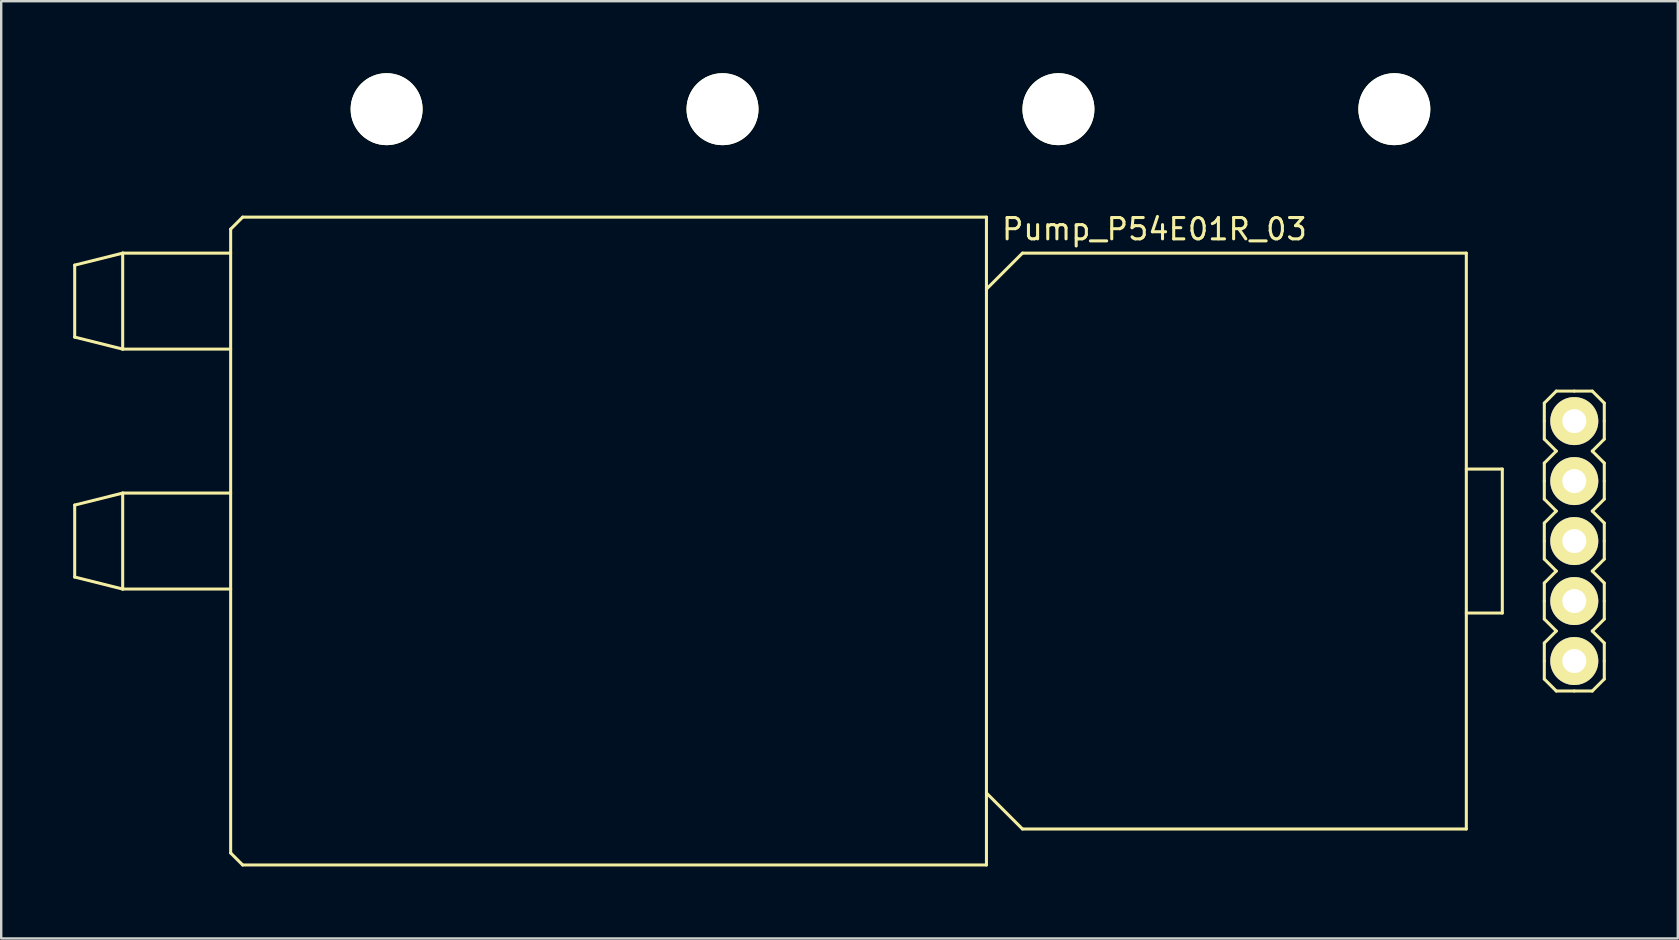
<source format=kicad_pcb>
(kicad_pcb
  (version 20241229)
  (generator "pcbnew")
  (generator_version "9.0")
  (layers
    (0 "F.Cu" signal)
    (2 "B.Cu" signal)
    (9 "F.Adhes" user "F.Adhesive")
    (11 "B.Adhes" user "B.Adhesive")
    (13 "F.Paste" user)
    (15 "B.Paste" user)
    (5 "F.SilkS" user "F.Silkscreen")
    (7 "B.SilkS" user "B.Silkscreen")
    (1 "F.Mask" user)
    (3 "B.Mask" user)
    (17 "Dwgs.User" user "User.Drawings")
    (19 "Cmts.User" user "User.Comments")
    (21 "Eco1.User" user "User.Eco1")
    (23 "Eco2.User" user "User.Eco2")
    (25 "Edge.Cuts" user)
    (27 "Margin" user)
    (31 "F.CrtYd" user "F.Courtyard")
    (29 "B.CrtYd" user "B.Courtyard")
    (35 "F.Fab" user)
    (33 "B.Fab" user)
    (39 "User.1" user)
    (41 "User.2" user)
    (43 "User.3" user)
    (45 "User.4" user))
  (footprint "Pump_P54E01R_03"
    (layer "F.Cu")
    (at 38.063 19.5)
    (property "Reference" "Pump_P54E01R_03" (at 7 -13 0) (layer "F.SilkS") (effects (font (size 0.889 0.889) (thickness 0.127))))
    (attr through_hole)
    (fp_line (start -38 -11.5) (end -38 -8.5) (stroke (width 0.127) (type solid)) (layer "F.SilkS"))
    (fp_line (start -38 -8.5) (end -36 -8) (stroke (width 0.127) (type solid)) (layer "F.SilkS"))
    (fp_line (start -38 -1.5) (end -38 1.5) (stroke (width 0.127) (type solid)) (layer "F.SilkS"))
    (fp_line (start -38 1.5) (end -36 2) (stroke (width 0.127) (type solid)) (layer "F.SilkS"))
    (fp_line (start -36 -12) (end -38 -11.5) (stroke (width 0.127) (type solid)) (layer "F.SilkS"))
    (fp_line (start -36 -12) (end -36 -8) (stroke (width 0.127) (type solid)) (layer "F.SilkS"))
    (fp_line (start -36 -8) (end -31.5 -8) (stroke (width 0.127) (type solid)) (layer "F.SilkS"))
    (fp_line (start -36 -2) (end -38 -1.5) (stroke (width 0.127) (type solid)) (layer "F.SilkS"))
    (fp_line (start -36 -2) (end -36 2) (stroke (width 0.127) (type solid)) (layer "F.SilkS"))
    (fp_line (start -36 2) (end -31.5 2) (stroke (width 0.127) (type solid)) (layer "F.SilkS"))
    (fp_line (start -31.5 -12) (end -36 -12) (stroke (width 0.127) (type solid)) (layer "F.SilkS"))
    (fp_line (start -31.5 -2) (end -36 -2) (stroke (width 0.127) (type solid)) (layer "F.SilkS"))
    (fp_line (start -31.5 13) (end -31.5 -13) (stroke (width 0.127) (type solid)) (layer "F.SilkS"))
    (fp_line (start -31 -13.5) (end -31.5 -13) (stroke (width 0.127) (type solid)) (layer "F.SilkS"))
    (fp_line (start -31 -13.5) (end 0 -13.5) (stroke (width 0.127) (type solid)) (layer "F.SilkS"))
    (fp_line (start -31 13.5) (end -31.5 13) (stroke (width 0.127) (type solid)) (layer "F.SilkS"))
    (fp_line (start -31 13.5) (end 0 13.5) (stroke (width 0.127) (type solid)) (layer "F.SilkS"))
    (fp_line (start 0 -13.5) (end 0 13.5) (stroke (width 0.127) (type solid)) (layer "F.SilkS"))
    (fp_line (start 1.5 -12) (end 0 -10.5) (stroke (width 0.127) (type solid)) (layer "F.SilkS"))
    (fp_line (start 1.5 12) (end 0 10.5) (stroke (width 0.127) (type solid)) (layer "F.SilkS"))
    (fp_line (start 20 -12) (end 1.5 -12) (stroke (width 0.127) (type solid)) (layer "F.SilkS"))
    (fp_line (start 20 -12) (end 20 12) (stroke (width 0.127) (type solid)) (layer "F.SilkS"))
    (fp_line (start 20 -3) (end 21.5 -3) (stroke (width 0.127) (type solid)) (layer "F.SilkS"))
    (fp_line (start 20 12) (end 1.5 12) (stroke (width 0.127) (type solid)) (layer "F.SilkS"))
    (fp_line (start 21.5 -3) (end 21.5 3) (stroke (width 0.127) (type solid)) (layer "F.SilkS"))
    (fp_line (start 21.5 3) (end 20 3) (stroke (width 0.127) (type solid)) (layer "F.SilkS"))
    (fp_line (start 23.25 -5.75) (end 23.25 -5) (stroke (width 0.127) (type solid)) (layer "F.SilkS"))
    (fp_line (start 23.25 -5) (end 23.25 -4.25) (stroke (width 0.127) (type solid)) (layer "F.SilkS"))
    (fp_line (start 23.25 -4.25) (end 23.75 -3.75) (stroke (width 0.127) (type solid)) (layer "F.SilkS"))
    (fp_line (start 23.25 -3.25) (end 23.25 -2.5) (stroke (width 0.127) (type solid)) (layer "F.SilkS"))
    (fp_line (start 23.25 -2.5) (end 23.25 -1.75) (stroke (width 0.127) (type solid)) (layer "F.SilkS"))
    (fp_line (start 23.25 -1.75) (end 23.75 -1.25) (stroke (width 0.127) (type solid)) (layer "F.SilkS"))
    (fp_line (start 23.25 -0.75) (end 23.25 0) (stroke (width 0.127) (type solid)) (layer "F.SilkS"))
    (fp_line (start 23.25 0) (end 23.25 0.75) (stroke (width 0.127) (type solid)) (layer "F.SilkS"))
    (fp_line (start 23.25 0.75) (end 23.75 1.25) (stroke (width 0.127) (type solid)) (layer "F.SilkS"))
    (fp_line (start 23.25 1.75) (end 23.25 2.5) (stroke (width 0.127) (type solid)) (layer "F.SilkS"))
    (fp_line (start 23.25 2.5) (end 23.25 3.25) (stroke (width 0.127) (type solid)) (layer "F.SilkS"))
    (fp_line (start 23.25 3.25) (end 23.75 3.75) (stroke (width 0.127) (type solid)) (layer "F.SilkS"))
    (fp_line (start 23.25 4.25) (end 23.25 5) (stroke (width 0.127) (type solid)) (layer "F.SilkS"))
    (fp_line (start 23.25 5) (end 23.25 5.75) (stroke (width 0.127) (type solid)) (layer "F.SilkS"))
    (fp_line (start 23.25 5.75) (end 23.75 6.25) (stroke (width 0.127) (type solid)) (layer "F.SilkS"))
    (fp_line (start 23.75 -6.25) (end 23.25 -5.75) (stroke (width 0.127) (type solid)) (layer "F.SilkS"))
    (fp_line (start 23.75 -3.75) (end 23.25 -3.25) (stroke (width 0.127) (type solid)) (layer "F.SilkS"))
    (fp_line (start 23.75 -1.25) (end 23.25 -0.75) (stroke (width 0.127) (type solid)) (layer "F.SilkS"))
    (fp_line (start 23.75 1.25) (end 23.25 1.75) (stroke (width 0.127) (type solid)) (layer "F.SilkS"))
    (fp_line (start 23.75 3.75) (end 23.25 4.25) (stroke (width 0.127) (type solid)) (layer "F.SilkS"))
    (fp_line (start 23.75 6.25) (end 24.5 6.25) (stroke (width 0.127) (type solid)) (layer "F.SilkS"))
    (fp_line (start 24.5 -6.25) (end 23.75 -6.25) (stroke (width 0.127) (type solid)) (layer "F.SilkS"))
    (fp_line (start 24.5 6.25) (end 25.25 6.25) (stroke (width 0.127) (type solid)) (layer "F.SilkS"))
    (fp_line (start 25.25 -6.25) (end 24.5 -6.25) (stroke (width 0.127) (type solid)) (layer "F.SilkS"))
    (fp_line (start 25.25 -3.75) (end 25.75 -4.25) (stroke (width 0.127) (type solid)) (layer "F.SilkS"))
    (fp_line (start 25.25 -1.25) (end 25.75 -1.75) (stroke (width 0.127) (type solid)) (layer "F.SilkS"))
    (fp_line (start 25.25 1.25) (end 25.75 0.75) (stroke (width 0.127) (type solid)) (layer "F.SilkS"))
    (fp_line (start 25.25 3.75) (end 25.75 3.25) (stroke (width 0.127) (type solid)) (layer "F.SilkS"))
    (fp_line (start 25.25 6.25) (end 25.75 5.75) (stroke (width 0.127) (type solid)) (layer "F.SilkS"))
    (fp_line (start 25.75 -5.75) (end 25.25 -6.25) (stroke (width 0.127) (type solid)) (layer "F.SilkS"))
    (fp_line (start 25.75 -5) (end 25.75 -5.75) (stroke (width 0.127) (type solid)) (layer "F.SilkS"))
    (fp_line (start 25.75 -4.25) (end 25.75 -5) (stroke (width 0.127) (type solid)) (layer "F.SilkS"))
    (fp_line (start 25.75 -3.25) (end 25.25 -3.75) (stroke (width 0.127) (type solid)) (layer "F.SilkS"))
    (fp_line (start 25.75 -2.5) (end 25.75 -3.25) (stroke (width 0.127) (type solid)) (layer "F.SilkS"))
    (fp_line (start 25.75 -1.75) (end 25.75 -2.5) (stroke (width 0.127) (type solid)) (layer "F.SilkS"))
    (fp_line (start 25.75 -0.75) (end 25.25 -1.25) (stroke (width 0.127) (type solid)) (layer "F.SilkS"))
    (fp_line (start 25.75 0) (end 25.75 -0.75) (stroke (width 0.127) (type solid)) (layer "F.SilkS"))
    (fp_line (start 25.75 0.75) (end 25.75 0) (stroke (width 0.127) (type solid)) (layer "F.SilkS"))
    (fp_line (start 25.75 1.75) (end 25.25 1.25) (stroke (width 0.127) (type solid)) (layer "F.SilkS"))
    (fp_line (start 25.75 2.5) (end 25.75 1.75) (stroke (width 0.127) (type solid)) (layer "F.SilkS"))
    (fp_line (start 25.75 3.25) (end 25.75 2.5) (stroke (width 0.127) (type solid)) (layer "F.SilkS"))
    (fp_line (start 25.75 4.25) (end 25.25 3.75) (stroke (width 0.127) (type solid)) (layer "F.SilkS"))
    (fp_line (start 25.75 5) (end 25.75 4.25) (stroke (width 0.127) (type solid)) (layer "F.SilkS"))
    (fp_line (start 25.75 5.75) (end 25.75 5) (stroke (width 0.127) (type solid)) (layer "F.SilkS"))
    (pad "" np_thru_hole circle (at -25 -18) (size 3 3) (drill 3) (layers "*.Cu" "*.Mask" "F.SilkS"))
    (pad "" np_thru_hole circle (at -11 -18) (size 3 3) (drill 3) (layers "*.Cu" "*.Mask" "F.SilkS"))
    (pad "" np_thru_hole circle (at 3 -18) (size 3 3) (drill 3) (layers "*.Cu" "*.Mask" "F.SilkS"))
    (pad "" np_thru_hole circle (at 17 -18) (size 3 3) (drill 3) (layers "*.Cu" "*.Mask" "F.SilkS"))
    (pad "1" thru_hole circle (at 24.5 -5) (size 2 2) (drill 1) (layers "*.Cu" "*.Mask" "F.SilkS"))
    (pad "2" thru_hole circle (at 24.5 -2.5) (size 2 2) (drill 1) (layers "*.Cu" "*.Mask" "F.SilkS"))
    (pad "3" thru_hole circle (at 24.5 0) (size 2 2) (drill 1) (layers "*.Cu" "*.Mask" "F.SilkS"))
    (pad "4" thru_hole circle (at 24.5 2.5) (size 2 2) (drill 1) (layers "*.Cu" "*.Mask" "F.SilkS"))
    (pad "5" thru_hole circle (at 24.5 5) (size 2 2) (drill 1) (layers "*.Cu" "*.Mask" "F.SilkS")))
  (gr_rect
    (start -3 -3)
    (end 66.877 36.063)
    (stroke (width 0.1) (type default))
    (fill no)
    (layer "Edge.Cuts")))
</source>
